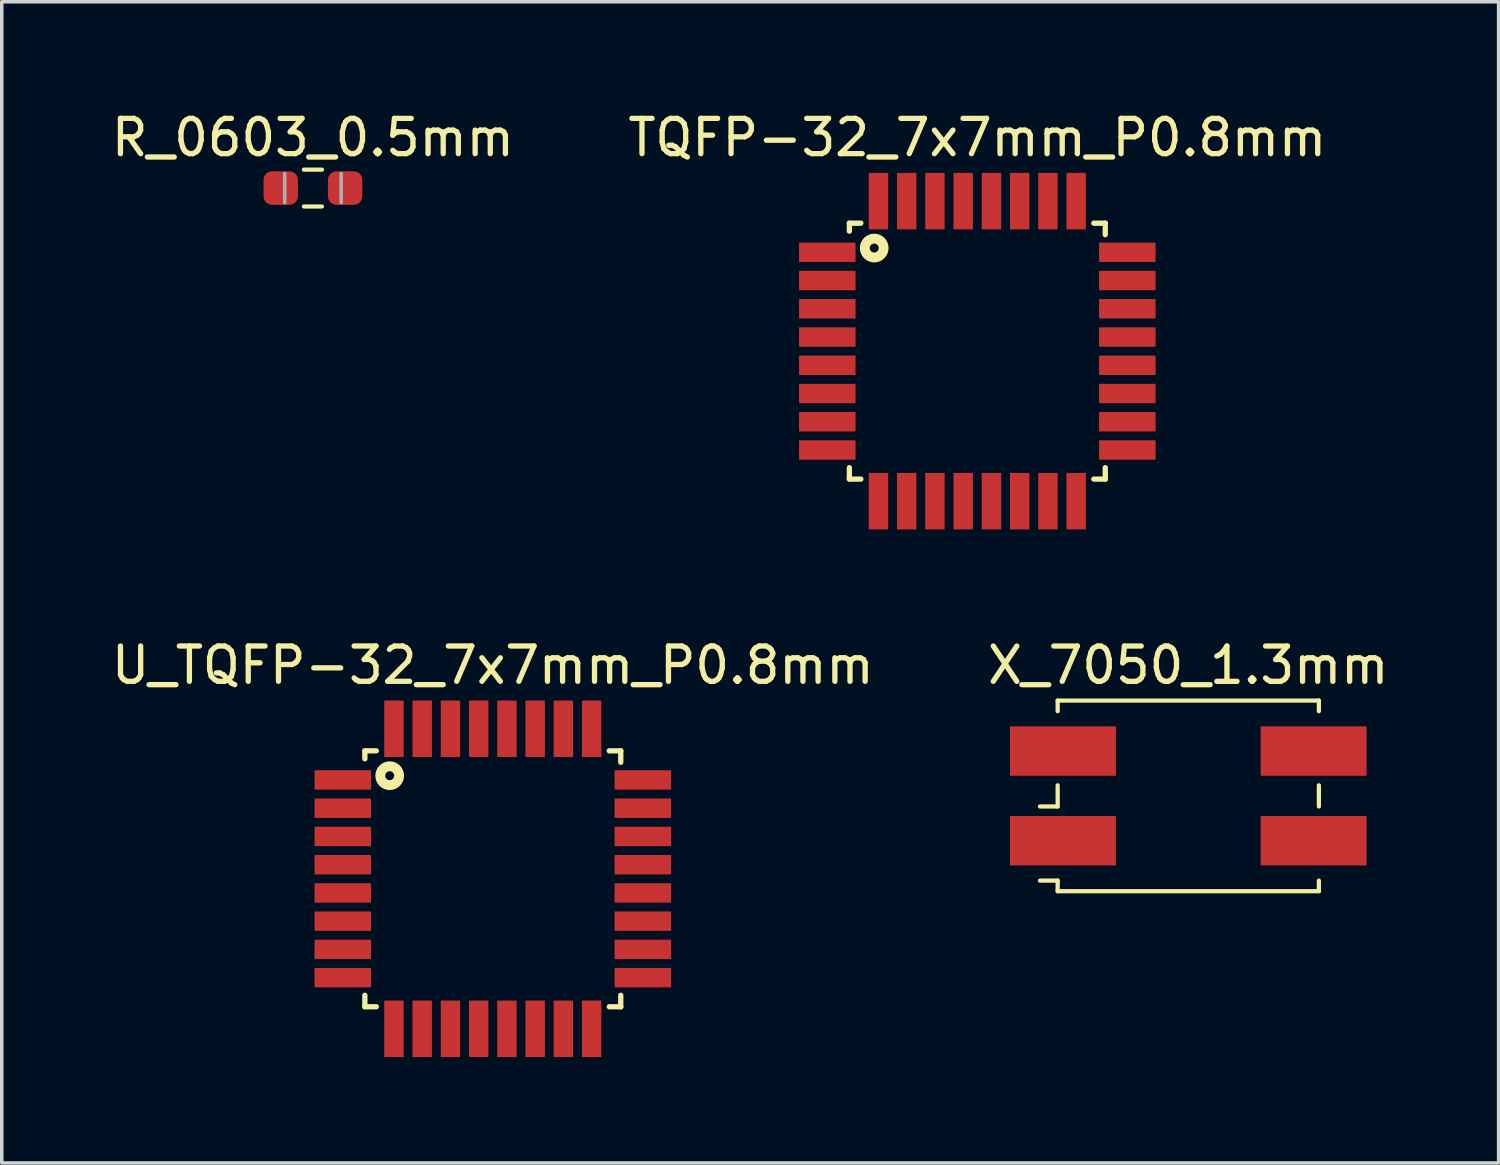
<source format=kicad_pcb>
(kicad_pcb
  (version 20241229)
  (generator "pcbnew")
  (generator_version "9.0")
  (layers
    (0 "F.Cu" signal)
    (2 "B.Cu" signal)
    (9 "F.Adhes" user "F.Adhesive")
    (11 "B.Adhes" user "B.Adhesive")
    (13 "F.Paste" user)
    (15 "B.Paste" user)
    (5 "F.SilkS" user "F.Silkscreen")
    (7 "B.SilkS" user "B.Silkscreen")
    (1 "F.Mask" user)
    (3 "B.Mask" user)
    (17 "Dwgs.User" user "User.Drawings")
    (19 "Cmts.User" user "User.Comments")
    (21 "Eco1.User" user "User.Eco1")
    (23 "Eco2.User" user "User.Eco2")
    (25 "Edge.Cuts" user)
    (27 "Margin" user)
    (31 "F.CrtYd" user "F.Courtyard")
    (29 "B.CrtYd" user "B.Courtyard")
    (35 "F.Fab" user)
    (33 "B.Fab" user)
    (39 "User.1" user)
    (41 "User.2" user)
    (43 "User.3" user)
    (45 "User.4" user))
  (footprint "X_7050_1.3mm"
    (layer "F.Cu")
    (at 30.613 19.497)
    (property "Reference" "X_7050_1.3mm" (at 0 -3.7 0) (layer "F.SilkS") (effects (font (size 1 1) (thickness 0.15))))
    (attr smd)
    (fp_line (start -4.2 0.3) (end -3.7 0.3) (stroke (width 0.12) (type solid)) (layer "F.SilkS"))
    (fp_line (start -4.2 2.4) (end -3.7 2.4) (stroke (width 0.12) (type solid)) (layer "F.SilkS"))
    (fp_line (start -3.7 -2.7) (end 3.7 -2.7) (stroke (width 0.12) (type solid)) (layer "F.SilkS"))
    (fp_line (start -3.7 -2.4) (end -3.7 -2.7) (stroke (width 0.12) (type solid)) (layer "F.SilkS"))
    (fp_line (start -3.7 0.3) (end -3.7 -0.3) (stroke (width 0.12) (type solid)) (layer "F.SilkS"))
    (fp_line (start -3.7 2.4) (end -3.7 2.7) (stroke (width 0.12) (type solid)) (layer "F.SilkS"))
    (fp_line (start -3.7 2.7) (end 3.7 2.7) (stroke (width 0.12) (type solid)) (layer "F.SilkS"))
    (fp_line (start 3.7 -2.7) (end 3.7 -2.4) (stroke (width 0.12) (type solid)) (layer "F.SilkS"))
    (fp_line (start 3.7 -0.3) (end 3.7 0.3) (stroke (width 0.12) (type solid)) (layer "F.SilkS"))
    (fp_line (start 3.7 2.7) (end 3.7 2.4) (stroke (width 0.12) (type solid)) (layer "F.SilkS"))
    (pad "1" smd rect (at -3.55 1.27) (size 3 1.4) (layers "F.Cu" "F.Mask" "F.Paste"))
    (pad "3" smd rect (at 3.55 -1.27) (size 3 1.4) (layers "F.Cu" "F.Mask" "F.Paste"))
    (pad "C" smd rect (at -3.55 -1.27) (size 3 1.4) (layers "F.Cu" "F.Mask" "F.Paste"))
    (pad "C" smd rect (at 3.55 1.27) (size 3 1.4) (layers "F.Cu" "F.Mask" "F.Paste")))
  (footprint "U_TQFP-32_7x7mm_P0.8mm"
    (layer "F.Cu")
    (at 10.911 21.846)
    (property "Reference" "U_TQFP-32_7x7mm_P0.8mm" (at 0 -6.05 0) (layer "F.SilkS") (effects (font (size 1 1) (thickness 0.15))))
    (attr smd)
    (fp_line (start -3.625 -3.625) (end -3.625 -3.4) (stroke (width 0.15) (type solid)) (layer "F.SilkS"))
    (fp_line (start -3.625 -3.625) (end -3.3 -3.625) (stroke (width 0.15) (type solid)) (layer "F.SilkS"))
    (fp_line (start -3.625 3.625) (end -3.625 3.3) (stroke (width 0.15) (type solid)) (layer "F.SilkS"))
    (fp_line (start -3.625 3.625) (end -3.3 3.625) (stroke (width 0.15) (type solid)) (layer "F.SilkS"))
    (fp_line (start 3.625 -3.625) (end 3.3 -3.625) (stroke (width 0.15) (type solid)) (layer "F.SilkS"))
    (fp_line (start 3.625 -3.625) (end 3.625 -3.3) (stroke (width 0.15) (type solid)) (layer "F.SilkS"))
    (fp_line (start 3.625 3.625) (end 3.3 3.625) (stroke (width 0.15) (type solid)) (layer "F.SilkS"))
    (fp_line (start 3.625 3.625) (end 3.625 3.3) (stroke (width 0.15) (type solid)) (layer "F.SilkS"))
    (fp_circle (center -2.921 -2.921) (end -2.794 -2.921) (stroke (width 0.28) (type solid)) (fill no) (layer "F.SilkS"))
    (pad "1" smd rect (at -4.25 -2.8) (size 1.6 0.55) (layers "F.Cu" "F.Mask" "F.Paste"))
    (pad "2" smd rect (at -4.25 -2) (size 1.6 0.55) (layers "F.Cu" "F.Mask" "F.Paste"))
    (pad "3" smd rect (at -4.25 -1.2) (size 1.6 0.55) (layers "F.Cu" "F.Mask" "F.Paste"))
    (pad "4" smd rect (at -4.25 -0.4) (size 1.6 0.55) (layers "F.Cu" "F.Mask" "F.Paste"))
    (pad "5" smd rect (at -4.25 0.4) (size 1.6 0.55) (layers "F.Cu" "F.Mask" "F.Paste"))
    (pad "6" smd rect (at -4.25 1.2) (size 1.6 0.55) (layers "F.Cu" "F.Mask" "F.Paste"))
    (pad "7" smd rect (at -4.25 2) (size 1.6 0.55) (layers "F.Cu" "F.Mask" "F.Paste"))
    (pad "8" smd rect (at -4.25 2.8) (size 1.6 0.55) (layers "F.Cu" "F.Mask" "F.Paste"))
    (pad "9" smd rect (at -2.8 4.25 90) (size 1.6 0.55) (layers "F.Cu" "F.Mask" "F.Paste"))
    (pad "10" smd rect (at -2 4.25 90) (size 1.6 0.55) (layers "F.Cu" "F.Mask" "F.Paste"))
    (pad "11" smd rect (at -1.2 4.25 90) (size 1.6 0.55) (layers "F.Cu" "F.Mask" "F.Paste"))
    (pad "12" smd rect (at -0.4 4.25 90) (size 1.6 0.55) (layers "F.Cu" "F.Mask" "F.Paste"))
    (pad "13" smd rect (at 0.4 4.25 90) (size 1.6 0.55) (layers "F.Cu" "F.Mask" "F.Paste"))
    (pad "14" smd rect (at 1.2 4.25 90) (size 1.6 0.55) (layers "F.Cu" "F.Mask" "F.Paste"))
    (pad "15" smd rect (at 2 4.25 90) (size 1.6 0.55) (layers "F.Cu" "F.Mask" "F.Paste"))
    (pad "16" smd rect (at 2.8 4.25 90) (size 1.6 0.55) (layers "F.Cu" "F.Mask" "F.Paste"))
    (pad "17" smd rect (at 4.25 2.8) (size 1.6 0.55) (layers "F.Cu" "F.Mask" "F.Paste"))
    (pad "18" smd rect (at 4.25 2) (size 1.6 0.55) (layers "F.Cu" "F.Mask" "F.Paste"))
    (pad "19" smd rect (at 4.25 1.2) (size 1.6 0.55) (layers "F.Cu" "F.Mask" "F.Paste"))
    (pad "20" smd rect (at 4.25 0.4) (size 1.6 0.55) (layers "F.Cu" "F.Mask" "F.Paste"))
    (pad "21" smd rect (at 4.25 -0.4) (size 1.6 0.55) (layers "F.Cu" "F.Mask" "F.Paste"))
    (pad "22" smd rect (at 4.25 -1.2) (size 1.6 0.55) (layers "F.Cu" "F.Mask" "F.Paste"))
    (pad "23" smd rect (at 4.25 -2) (size 1.6 0.55) (layers "F.Cu" "F.Mask" "F.Paste"))
    (pad "24" smd rect (at 4.25 -2.8) (size 1.6 0.55) (layers "F.Cu" "F.Mask" "F.Paste"))
    (pad "25" smd rect (at 2.8 -4.25 90) (size 1.6 0.55) (layers "F.Cu" "F.Mask" "F.Paste"))
    (pad "26" smd rect (at 2 -4.25 90) (size 1.6 0.55) (layers "F.Cu" "F.Mask" "F.Paste"))
    (pad "27" smd rect (at 1.2 -4.25 90) (size 1.6 0.55) (layers "F.Cu" "F.Mask" "F.Paste"))
    (pad "28" smd rect (at 0.4 -4.25 90) (size 1.6 0.55) (layers "F.Cu" "F.Mask" "F.Paste"))
    (pad "29" smd rect (at -0.4 -4.25 90) (size 1.6 0.55) (layers "F.Cu" "F.Mask" "F.Paste"))
    (pad "30" smd rect (at -1.2 -4.25 90) (size 1.6 0.55) (layers "F.Cu" "F.Mask" "F.Paste"))
    (pad "31" smd rect (at -2 -4.25 90) (size 1.6 0.55) (layers "F.Cu" "F.Mask" "F.Paste"))
    (pad "32" smd rect (at -2.8 -4.25 90) (size 1.6 0.55) (layers "F.Cu" "F.Mask" "F.Paste")))
  (footprint "TQFP-32_7x7mm_P0.8mm"
    (layer "F.Cu")
    (at 24.637 6.898)
    (property "Reference" "TQFP-32_7x7mm_P0.8mm" (at 0 -6.05 0) (layer "F.SilkS") (effects (font (size 1 1) (thickness 0.15))))
    (attr smd)
    (fp_line (start -3.625 -3.625) (end -3.625 -3.4) (stroke (width 0.15) (type solid)) (layer "F.SilkS"))
    (fp_line (start -3.625 -3.625) (end -3.3 -3.625) (stroke (width 0.15) (type solid)) (layer "F.SilkS"))
    (fp_line (start -3.625 3.625) (end -3.625 3.3) (stroke (width 0.15) (type solid)) (layer "F.SilkS"))
    (fp_line (start -3.625 3.625) (end -3.3 3.625) (stroke (width 0.15) (type solid)) (layer "F.SilkS"))
    (fp_line (start 3.625 -3.625) (end 3.3 -3.625) (stroke (width 0.15) (type solid)) (layer "F.SilkS"))
    (fp_line (start 3.625 -3.625) (end 3.625 -3.3) (stroke (width 0.15) (type solid)) (layer "F.SilkS"))
    (fp_line (start 3.625 3.625) (end 3.3 3.625) (stroke (width 0.15) (type solid)) (layer "F.SilkS"))
    (fp_line (start 3.625 3.625) (end 3.625 3.3) (stroke (width 0.15) (type solid)) (layer "F.SilkS"))
    (fp_circle (center -2.921 -2.921) (end -2.794 -2.921) (stroke (width 0.28) (type solid)) (fill no) (layer "F.SilkS"))
    (pad "1" smd rect (at -4.25 -2.8) (size 1.6 0.55) (layers "F.Cu" "F.Mask" "F.Paste"))
    (pad "2" smd rect (at -4.25 -2) (size 1.6 0.55) (layers "F.Cu" "F.Mask" "F.Paste"))
    (pad "3" smd rect (at -4.25 -1.2) (size 1.6 0.55) (layers "F.Cu" "F.Mask" "F.Paste"))
    (pad "4" smd rect (at -4.25 -0.4) (size 1.6 0.55) (layers "F.Cu" "F.Mask" "F.Paste"))
    (pad "5" smd rect (at -4.25 0.4) (size 1.6 0.55) (layers "F.Cu" "F.Mask" "F.Paste"))
    (pad "6" smd rect (at -4.25 1.2) (size 1.6 0.55) (layers "F.Cu" "F.Mask" "F.Paste"))
    (pad "7" smd rect (at -4.25 2) (size 1.6 0.55) (layers "F.Cu" "F.Mask" "F.Paste"))
    (pad "8" smd rect (at -4.25 2.8) (size 1.6 0.55) (layers "F.Cu" "F.Mask" "F.Paste"))
    (pad "9" smd rect (at -2.8 4.25 90) (size 1.6 0.55) (layers "F.Cu" "F.Mask" "F.Paste"))
    (pad "10" smd rect (at -2 4.25 90) (size 1.6 0.55) (layers "F.Cu" "F.Mask" "F.Paste"))
    (pad "11" smd rect (at -1.2 4.25 90) (size 1.6 0.55) (layers "F.Cu" "F.Mask" "F.Paste"))
    (pad "12" smd rect (at -0.4 4.25 90) (size 1.6 0.55) (layers "F.Cu" "F.Mask" "F.Paste"))
    (pad "13" smd rect (at 0.4 4.25 90) (size 1.6 0.55) (layers "F.Cu" "F.Mask" "F.Paste"))
    (pad "14" smd rect (at 1.2 4.25 90) (size 1.6 0.55) (layers "F.Cu" "F.Mask" "F.Paste"))
    (pad "15" smd rect (at 2 4.25 90) (size 1.6 0.55) (layers "F.Cu" "F.Mask" "F.Paste"))
    (pad "16" smd rect (at 2.8 4.25 90) (size 1.6 0.55) (layers "F.Cu" "F.Mask" "F.Paste"))
    (pad "17" smd rect (at 4.25 2.8) (size 1.6 0.55) (layers "F.Cu" "F.Mask" "F.Paste"))
    (pad "18" smd rect (at 4.25 2) (size 1.6 0.55) (layers "F.Cu" "F.Mask" "F.Paste"))
    (pad "19" smd rect (at 4.25 1.2) (size 1.6 0.55) (layers "F.Cu" "F.Mask" "F.Paste"))
    (pad "20" smd rect (at 4.25 0.4) (size 1.6 0.55) (layers "F.Cu" "F.Mask" "F.Paste"))
    (pad "21" smd rect (at 4.25 -0.4) (size 1.6 0.55) (layers "F.Cu" "F.Mask" "F.Paste"))
    (pad "22" smd rect (at 4.25 -1.2) (size 1.6 0.55) (layers "F.Cu" "F.Mask" "F.Paste"))
    (pad "23" smd rect (at 4.25 -2) (size 1.6 0.55) (layers "F.Cu" "F.Mask" "F.Paste"))
    (pad "24" smd rect (at 4.25 -2.8) (size 1.6 0.55) (layers "F.Cu" "F.Mask" "F.Paste"))
    (pad "25" smd rect (at 2.8 -4.25 90) (size 1.6 0.55) (layers "F.Cu" "F.Mask" "F.Paste"))
    (pad "26" smd rect (at 2 -4.25 90) (size 1.6 0.55) (layers "F.Cu" "F.Mask" "F.Paste"))
    (pad "27" smd rect (at 1.2 -4.25 90) (size 1.6 0.55) (layers "F.Cu" "F.Mask" "F.Paste"))
    (pad "28" smd rect (at 0.4 -4.25 90) (size 1.6 0.55) (layers "F.Cu" "F.Mask" "F.Paste"))
    (pad "29" smd rect (at -0.4 -4.25 90) (size 1.6 0.55) (layers "F.Cu" "F.Mask" "F.Paste"))
    (pad "30" smd rect (at -1.2 -4.25 90) (size 1.6 0.55) (layers "F.Cu" "F.Mask" "F.Paste"))
    (pad "31" smd rect (at -2 -4.25 90) (size 1.6 0.55) (layers "F.Cu" "F.Mask" "F.Paste"))
    (pad "32" smd rect (at -2.8 -4.25 90) (size 1.6 0.55) (layers "F.Cu" "F.Mask" "F.Paste")))
  (footprint "R_0603_0.5mm"
    (layer "F.Cu")
    (at 5.815 2.278)
    (property "Reference" "R_0603_0.5mm" (at 0 -1.43 0) (layer "F.SilkS") (effects (font (size 1 1) (thickness 0.15))))
    (attr smd)
    (fp_line (start -0.255 -0.522) (end 0.255 -0.522) (stroke (width 0.12) (type solid)) (layer "F.SilkS"))
    (fp_line (start -0.255 0.522) (end 0.255 0.522) (stroke (width 0.12) (type solid)) (layer "F.SilkS"))
    (fp_line (start -0.8 0.412) (end -0.8 -0.412) (stroke (width 0.1) (type solid)) (layer "F.Fab"))
    (fp_line (start 0.8 -0.412) (end 0.8 0.412) (stroke (width 0.1) (type solid)) (layer "F.Fab"))
    (pad "1" smd roundrect (at -0.912 0) (size 0.975 0.95) (layers "F.Cu" "F.Mask" "F.Paste") (roundrect_rratio 0.25))
    (pad "2" smd roundrect (at 0.912 0) (size 0.975 0.95) (layers "F.Cu" "F.Mask" "F.Paste") (roundrect_rratio 0.25)))
  (gr_rect
    (start -3 -3)
    (end 39.405 29.896)
    (stroke (width 0.1) (type default))
    (fill no)
    (layer "Edge.Cuts")))
</source>
